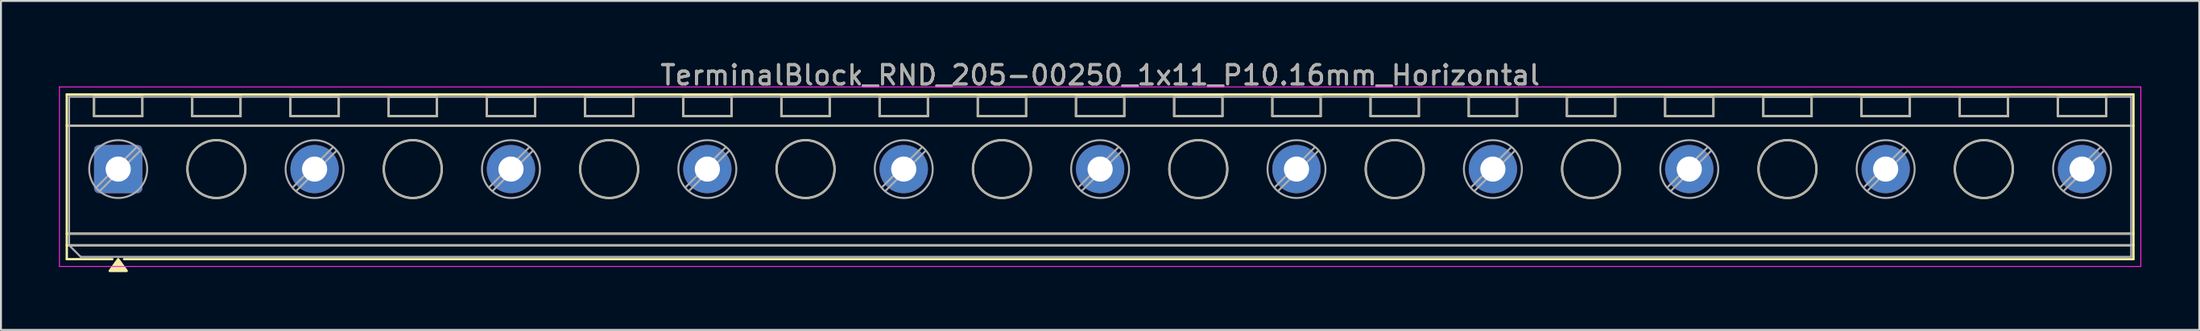
<source format=kicad_pcb>
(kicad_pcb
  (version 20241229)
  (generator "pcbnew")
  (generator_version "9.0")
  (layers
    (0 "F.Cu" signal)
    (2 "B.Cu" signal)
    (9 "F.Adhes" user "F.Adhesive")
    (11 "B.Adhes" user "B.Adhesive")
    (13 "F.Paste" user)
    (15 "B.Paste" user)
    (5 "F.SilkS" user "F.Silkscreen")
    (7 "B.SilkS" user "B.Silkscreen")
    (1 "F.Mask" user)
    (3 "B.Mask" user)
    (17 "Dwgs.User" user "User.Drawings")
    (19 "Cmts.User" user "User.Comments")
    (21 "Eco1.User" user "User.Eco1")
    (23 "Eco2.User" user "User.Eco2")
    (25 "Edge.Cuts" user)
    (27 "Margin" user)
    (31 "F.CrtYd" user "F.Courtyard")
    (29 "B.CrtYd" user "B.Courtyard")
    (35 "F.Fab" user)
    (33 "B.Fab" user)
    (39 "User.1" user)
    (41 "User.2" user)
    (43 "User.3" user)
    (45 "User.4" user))
  (footprint "TerminalBlock_RND_205-00250_1x11_P10.16mm_Horizontal"
    (layer "F.Cu")
    (at 3.065 5.718)
    (property "Reference" "TerminalBlock_RND_205-00250_1x11_P10.16mm_Horizontal" (at 50.8 -4.87 0) (layer "F.SilkS") (effects (font (size 1 1) (thickness 0.15))))
    (attr through_hole)
    (fp_line (start -2.66 -3.87) (end -2.66 4.67) (stroke (width 0.12) (type solid)) (layer "F.SilkS"))
    (fp_line (start -2.66 -3.87) (end 104.26 -3.87) (stroke (width 0.12) (type solid)) (layer "F.SilkS"))
    (fp_line (start -2.66 -2.25) (end 104.26 -2.25) (stroke (width 0.12) (type solid)) (layer "F.SilkS"))
    (fp_line (start -2.66 3.35) (end 104.26 3.35) (stroke (width 0.12) (type solid)) (layer "F.SilkS"))
    (fp_line (start -2.66 3.95) (end 104.26 3.95) (stroke (width 0.12) (type solid)) (layer "F.SilkS"))
    (fp_line (start -2.66 4.67) (end -0.3 4.67) (stroke (width 0.12) (type solid)) (layer "F.SilkS"))
    (fp_line (start -1.25 -3.75) (end -1.25 -2.75) (stroke (width 0.12) (type solid)) (layer "F.SilkS"))
    (fp_line (start -1.25 -3.75) (end 1.25 -3.75) (stroke (width 0.12) (type solid)) (layer "F.SilkS"))
    (fp_line (start -1.25 -2.75) (end 1.25 -2.75) (stroke (width 0.12) (type solid)) (layer "F.SilkS"))
    (fp_line (start 0.3 4.67) (end 104.26 4.67) (stroke (width 0.12) (type solid)) (layer "F.SilkS"))
    (fp_line (start 1.25 -3.75) (end 1.25 -2.75) (stroke (width 0.12) (type solid)) (layer "F.SilkS"))
    (fp_line (start 3.83 -3.75) (end 3.83 -2.75) (stroke (width 0.12) (type solid)) (layer "F.SilkS"))
    (fp_line (start 3.83 -3.75) (end 6.33 -3.75) (stroke (width 0.12) (type solid)) (layer "F.SilkS"))
    (fp_line (start 3.83 -2.75) (end 6.33 -2.75) (stroke (width 0.12) (type solid)) (layer "F.SilkS"))
    (fp_line (start 6.33 -3.75) (end 6.33 -2.75) (stroke (width 0.12) (type solid)) (layer "F.SilkS"))
    (fp_line (start 8.91 -3.75) (end 8.91 -2.75) (stroke (width 0.12) (type solid)) (layer "F.SilkS"))
    (fp_line (start 8.91 -3.75) (end 11.41 -3.75) (stroke (width 0.12) (type solid)) (layer "F.SilkS"))
    (fp_line (start 8.91 -2.75) (end 11.41 -2.75) (stroke (width 0.12) (type solid)) (layer "F.SilkS"))
    (fp_line (start 11.41 -3.75) (end 11.41 -2.75) (stroke (width 0.12) (type solid)) (layer "F.SilkS"))
    (fp_line (start 13.99 -3.75) (end 13.99 -2.75) (stroke (width 0.12) (type solid)) (layer "F.SilkS"))
    (fp_line (start 13.99 -3.75) (end 16.49 -3.75) (stroke (width 0.12) (type solid)) (layer "F.SilkS"))
    (fp_line (start 13.99 -2.75) (end 16.49 -2.75) (stroke (width 0.12) (type solid)) (layer "F.SilkS"))
    (fp_line (start 16.49 -3.75) (end 16.49 -2.75) (stroke (width 0.12) (type solid)) (layer "F.SilkS"))
    (fp_line (start 19.07 -3.75) (end 19.07 -2.75) (stroke (width 0.12) (type solid)) (layer "F.SilkS"))
    (fp_line (start 19.07 -3.75) (end 21.57 -3.75) (stroke (width 0.12) (type solid)) (layer "F.SilkS"))
    (fp_line (start 19.07 -2.75) (end 21.57 -2.75) (stroke (width 0.12) (type solid)) (layer "F.SilkS"))
    (fp_line (start 21.57 -3.75) (end 21.57 -2.75) (stroke (width 0.12) (type solid)) (layer "F.SilkS"))
    (fp_line (start 24.15 -3.75) (end 24.15 -2.75) (stroke (width 0.12) (type solid)) (layer "F.SilkS"))
    (fp_line (start 24.15 -3.75) (end 26.65 -3.75) (stroke (width 0.12) (type solid)) (layer "F.SilkS"))
    (fp_line (start 24.15 -2.75) (end 26.65 -2.75) (stroke (width 0.12) (type solid)) (layer "F.SilkS"))
    (fp_line (start 26.65 -3.75) (end 26.65 -2.75) (stroke (width 0.12) (type solid)) (layer "F.SilkS"))
    (fp_line (start 29.23 -3.75) (end 29.23 -2.75) (stroke (width 0.12) (type solid)) (layer "F.SilkS"))
    (fp_line (start 29.23 -3.75) (end 31.73 -3.75) (stroke (width 0.12) (type solid)) (layer "F.SilkS"))
    (fp_line (start 29.23 -2.75) (end 31.73 -2.75) (stroke (width 0.12) (type solid)) (layer "F.SilkS"))
    (fp_line (start 31.73 -3.75) (end 31.73 -2.75) (stroke (width 0.12) (type solid)) (layer "F.SilkS"))
    (fp_line (start 34.31 -3.75) (end 34.31 -2.75) (stroke (width 0.12) (type solid)) (layer "F.SilkS"))
    (fp_line (start 34.31 -3.75) (end 36.81 -3.75) (stroke (width 0.12) (type solid)) (layer "F.SilkS"))
    (fp_line (start 34.31 -2.75) (end 36.81 -2.75) (stroke (width 0.12) (type solid)) (layer "F.SilkS"))
    (fp_line (start 36.81 -3.75) (end 36.81 -2.75) (stroke (width 0.12) (type solid)) (layer "F.SilkS"))
    (fp_line (start 39.39 -3.75) (end 39.39 -2.75) (stroke (width 0.12) (type solid)) (layer "F.SilkS"))
    (fp_line (start 39.39 -3.75) (end 41.89 -3.75) (stroke (width 0.12) (type solid)) (layer "F.SilkS"))
    (fp_line (start 39.39 -2.75) (end 41.89 -2.75) (stroke (width 0.12) (type solid)) (layer "F.SilkS"))
    (fp_line (start 41.89 -3.75) (end 41.89 -2.75) (stroke (width 0.12) (type solid)) (layer "F.SilkS"))
    (fp_line (start 44.47 -3.75) (end 44.47 -2.75) (stroke (width 0.12) (type solid)) (layer "F.SilkS"))
    (fp_line (start 44.47 -3.75) (end 46.97 -3.75) (stroke (width 0.12) (type solid)) (layer "F.SilkS"))
    (fp_line (start 44.47 -2.75) (end 46.97 -2.75) (stroke (width 0.12) (type solid)) (layer "F.SilkS"))
    (fp_line (start 46.97 -3.75) (end 46.97 -2.75) (stroke (width 0.12) (type solid)) (layer "F.SilkS"))
    (fp_line (start 49.55 -3.75) (end 49.55 -2.75) (stroke (width 0.12) (type solid)) (layer "F.SilkS"))
    (fp_line (start 49.55 -3.75) (end 52.05 -3.75) (stroke (width 0.12) (type solid)) (layer "F.SilkS"))
    (fp_line (start 49.55 -2.75) (end 52.05 -2.75) (stroke (width 0.12) (type solid)) (layer "F.SilkS"))
    (fp_line (start 52.05 -3.75) (end 52.05 -2.75) (stroke (width 0.12) (type solid)) (layer "F.SilkS"))
    (fp_line (start 54.63 -3.75) (end 54.63 -2.75) (stroke (width 0.12) (type solid)) (layer "F.SilkS"))
    (fp_line (start 54.63 -3.75) (end 57.13 -3.75) (stroke (width 0.12) (type solid)) (layer "F.SilkS"))
    (fp_line (start 54.63 -2.75) (end 57.13 -2.75) (stroke (width 0.12) (type solid)) (layer "F.SilkS"))
    (fp_line (start 57.13 -3.75) (end 57.13 -2.75) (stroke (width 0.12) (type solid)) (layer "F.SilkS"))
    (fp_line (start 59.71 -3.75) (end 59.71 -2.75) (stroke (width 0.12) (type solid)) (layer "F.SilkS"))
    (fp_line (start 59.71 -3.75) (end 62.21 -3.75) (stroke (width 0.12) (type solid)) (layer "F.SilkS"))
    (fp_line (start 59.71 -2.75) (end 62.21 -2.75) (stroke (width 0.12) (type solid)) (layer "F.SilkS"))
    (fp_line (start 62.21 -3.75) (end 62.21 -2.75) (stroke (width 0.12) (type solid)) (layer "F.SilkS"))
    (fp_line (start 64.79 -3.75) (end 64.79 -2.75) (stroke (width 0.12) (type solid)) (layer "F.SilkS"))
    (fp_line (start 64.79 -3.75) (end 67.29 -3.75) (stroke (width 0.12) (type solid)) (layer "F.SilkS"))
    (fp_line (start 64.79 -2.75) (end 67.29 -2.75) (stroke (width 0.12) (type solid)) (layer "F.SilkS"))
    (fp_line (start 67.29 -3.75) (end 67.29 -2.75) (stroke (width 0.12) (type solid)) (layer "F.SilkS"))
    (fp_line (start 69.87 -3.75) (end 69.87 -2.75) (stroke (width 0.12) (type solid)) (layer "F.SilkS"))
    (fp_line (start 69.87 -3.75) (end 72.37 -3.75) (stroke (width 0.12) (type solid)) (layer "F.SilkS"))
    (fp_line (start 69.87 -2.75) (end 72.37 -2.75) (stroke (width 0.12) (type solid)) (layer "F.SilkS"))
    (fp_line (start 72.37 -3.75) (end 72.37 -2.75) (stroke (width 0.12) (type solid)) (layer "F.SilkS"))
    (fp_line (start 74.95 -3.75) (end 74.95 -2.75) (stroke (width 0.12) (type solid)) (layer "F.SilkS"))
    (fp_line (start 74.95 -3.75) (end 77.45 -3.75) (stroke (width 0.12) (type solid)) (layer "F.SilkS"))
    (fp_line (start 74.95 -2.75) (end 77.45 -2.75) (stroke (width 0.12) (type solid)) (layer "F.SilkS"))
    (fp_line (start 77.45 -3.75) (end 77.45 -2.75) (stroke (width 0.12) (type solid)) (layer "F.SilkS"))
    (fp_line (start 80.03 -3.75) (end 80.03 -2.75) (stroke (width 0.12) (type solid)) (layer "F.SilkS"))
    (fp_line (start 80.03 -3.75) (end 82.53 -3.75) (stroke (width 0.12) (type solid)) (layer "F.SilkS"))
    (fp_line (start 80.03 -2.75) (end 82.53 -2.75) (stroke (width 0.12) (type solid)) (layer "F.SilkS"))
    (fp_line (start 82.53 -3.75) (end 82.53 -2.75) (stroke (width 0.12) (type solid)) (layer "F.SilkS"))
    (fp_line (start 85.11 -3.75) (end 85.11 -2.75) (stroke (width 0.12) (type solid)) (layer "F.SilkS"))
    (fp_line (start 85.11 -3.75) (end 87.61 -3.75) (stroke (width 0.12) (type solid)) (layer "F.SilkS"))
    (fp_line (start 85.11 -2.75) (end 87.61 -2.75) (stroke (width 0.12) (type solid)) (layer "F.SilkS"))
    (fp_line (start 87.61 -3.75) (end 87.61 -2.75) (stroke (width 0.12) (type solid)) (layer "F.SilkS"))
    (fp_line (start 90.19 -3.75) (end 90.19 -2.75) (stroke (width 0.12) (type solid)) (layer "F.SilkS"))
    (fp_line (start 90.19 -3.75) (end 92.69 -3.75) (stroke (width 0.12) (type solid)) (layer "F.SilkS"))
    (fp_line (start 90.19 -2.75) (end 92.69 -2.75) (stroke (width 0.12) (type solid)) (layer "F.SilkS"))
    (fp_line (start 92.69 -3.75) (end 92.69 -2.75) (stroke (width 0.12) (type solid)) (layer "F.SilkS"))
    (fp_line (start 95.27 -3.75) (end 95.27 -2.75) (stroke (width 0.12) (type solid)) (layer "F.SilkS"))
    (fp_line (start 95.27 -3.75) (end 97.77 -3.75) (stroke (width 0.12) (type solid)) (layer "F.SilkS"))
    (fp_line (start 95.27 -2.75) (end 97.77 -2.75) (stroke (width 0.12) (type solid)) (layer "F.SilkS"))
    (fp_line (start 97.77 -3.75) (end 97.77 -2.75) (stroke (width 0.12) (type solid)) (layer "F.SilkS"))
    (fp_line (start 100.35 -3.75) (end 100.35 -2.75) (stroke (width 0.12) (type solid)) (layer "F.SilkS"))
    (fp_line (start 100.35 -3.75) (end 102.85 -3.75) (stroke (width 0.12) (type solid)) (layer "F.SilkS"))
    (fp_line (start 100.35 -2.75) (end 102.85 -2.75) (stroke (width 0.12) (type solid)) (layer "F.SilkS"))
    (fp_line (start 102.85 -3.75) (end 102.85 -2.75) (stroke (width 0.12) (type solid)) (layer "F.SilkS"))
    (fp_line (start 104.26 -3.87) (end 104.26 4.67) (stroke (width 0.12) (type solid)) (layer "F.SilkS"))
    (fp_circle (center 5.08 0) (end 6.58 0) (stroke (width 0.12) (type solid)) (fill no) (layer "F.SilkS"))
    (fp_circle (center 15.24 0) (end 16.74 0) (stroke (width 0.12) (type solid)) (fill no) (layer "F.SilkS"))
    (fp_circle (center 25.4 0) (end 26.9 0) (stroke (width 0.12) (type solid)) (fill no) (layer "F.SilkS"))
    (fp_circle (center 35.56 0) (end 37.06 0) (stroke (width 0.12) (type solid)) (fill no) (layer "F.SilkS"))
    (fp_circle (center 45.72 0) (end 47.22 0) (stroke (width 0.12) (type solid)) (fill no) (layer "F.SilkS"))
    (fp_circle (center 55.88 0) (end 57.38 0) (stroke (width 0.12) (type solid)) (fill no) (layer "F.SilkS"))
    (fp_circle (center 66.04 0) (end 67.54 0) (stroke (width 0.12) (type solid)) (fill no) (layer "F.SilkS"))
    (fp_circle (center 76.2 0) (end 77.7 0) (stroke (width 0.12) (type solid)) (fill no) (layer "F.SilkS"))
    (fp_circle (center 86.36 0) (end 87.86 0) (stroke (width 0.12) (type solid)) (fill no) (layer "F.SilkS"))
    (fp_circle (center 96.52 0) (end 98.02 0) (stroke (width 0.12) (type solid)) (fill no) (layer "F.SilkS"))
    (fp_poly (pts (xy 0 4.67) (xy 0.44 5.28) (xy -0.44 5.28)) (stroke (width 0.12) (type solid)) (fill yes) (layer "F.SilkS"))
    (fp_line (start -3.04 -4.26) (end -3.04 5.05) (stroke (width 0.05) (type solid)) (layer "F.CrtYd"))
    (fp_line (start -3.04 5.05) (end 104.64 5.05) (stroke (width 0.05) (type solid)) (layer "F.CrtYd"))
    (fp_line (start 104.64 -4.26) (end -3.04 -4.26) (stroke (width 0.05) (type solid)) (layer "F.CrtYd"))
    (fp_line (start 104.64 5.05) (end 104.64 -4.26) (stroke (width 0.05) (type solid)) (layer "F.CrtYd"))
    (fp_line (start -2.54 -3.75) (end 104.14 -3.75) (stroke (width 0.1) (type solid)) (layer "F.Fab"))
    (fp_line (start -2.54 -2.25) (end 104.14 -2.25) (stroke (width 0.1) (type solid)) (layer "F.Fab"))
    (fp_line (start -2.54 3.35) (end 104.14 3.35) (stroke (width 0.1) (type solid)) (layer "F.Fab"))
    (fp_line (start -2.54 3.95) (end -2.54 -3.75) (stroke (width 0.1) (type solid)) (layer "F.Fab"))
    (fp_line (start -2.54 3.95) (end 104.14 3.95) (stroke (width 0.1) (type solid)) (layer "F.Fab"))
    (fp_line (start -1.94 4.55) (end -2.54 3.95) (stroke (width 0.1) (type solid)) (layer "F.Fab"))
    (fp_line (start -1.25 -3.75) (end -1.25 -2.75) (stroke (width 0.1) (type solid)) (layer "F.Fab"))
    (fp_line (start -1.25 -2.75) (end 1.25 -2.75) (stroke (width 0.1) (type solid)) (layer "F.Fab"))
    (fp_line (start 0.955 -1.138) (end -1.138 0.955) (stroke (width 0.1) (type solid)) (layer "F.Fab"))
    (fp_line (start 1.138 -0.955) (end -0.955 1.138) (stroke (width 0.1) (type solid)) (layer "F.Fab"))
    (fp_line (start 1.25 -3.75) (end -1.25 -3.75) (stroke (width 0.1) (type solid)) (layer "F.Fab"))
    (fp_line (start 1.25 -2.75) (end 1.25 -3.75) (stroke (width 0.1) (type solid)) (layer "F.Fab"))
    (fp_line (start 3.83 -3.75) (end 3.83 -2.75) (stroke (width 0.1) (type solid)) (layer "F.Fab"))
    (fp_line (start 3.83 -2.75) (end 6.33 -2.75) (stroke (width 0.1) (type solid)) (layer "F.Fab"))
    (fp_line (start 6.33 -3.75) (end 3.83 -3.75) (stroke (width 0.1) (type solid)) (layer "F.Fab"))
    (fp_line (start 6.33 -2.75) (end 6.33 -3.75) (stroke (width 0.1) (type solid)) (layer "F.Fab"))
    (fp_line (start 8.91 -3.75) (end 8.91 -2.75) (stroke (width 0.1) (type solid)) (layer "F.Fab"))
    (fp_line (start 8.91 -2.75) (end 11.41 -2.75) (stroke (width 0.1) (type solid)) (layer "F.Fab"))
    (fp_line (start 11.115 -1.138) (end 9.022 0.955) (stroke (width 0.1) (type solid)) (layer "F.Fab"))
    (fp_line (start 11.298 -0.955) (end 9.205 1.138) (stroke (width 0.1) (type solid)) (layer "F.Fab"))
    (fp_line (start 11.41 -3.75) (end 8.91 -3.75) (stroke (width 0.1) (type solid)) (layer "F.Fab"))
    (fp_line (start 11.41 -2.75) (end 11.41 -3.75) (stroke (width 0.1) (type solid)) (layer "F.Fab"))
    (fp_line (start 13.99 -3.75) (end 13.99 -2.75) (stroke (width 0.1) (type solid)) (layer "F.Fab"))
    (fp_line (start 13.99 -2.75) (end 16.49 -2.75) (stroke (width 0.1) (type solid)) (layer "F.Fab"))
    (fp_line (start 16.49 -3.75) (end 13.99 -3.75) (stroke (width 0.1) (type solid)) (layer "F.Fab"))
    (fp_line (start 16.49 -2.75) (end 16.49 -3.75) (stroke (width 0.1) (type solid)) (layer "F.Fab"))
    (fp_line (start 19.07 -3.75) (end 19.07 -2.75) (stroke (width 0.1) (type solid)) (layer "F.Fab"))
    (fp_line (start 19.07 -2.75) (end 21.57 -2.75) (stroke (width 0.1) (type solid)) (layer "F.Fab"))
    (fp_line (start 21.275 -1.138) (end 19.182 0.955) (stroke (width 0.1) (type solid)) (layer "F.Fab"))
    (fp_line (start 21.458 -0.955) (end 19.365 1.138) (stroke (width 0.1) (type solid)) (layer "F.Fab"))
    (fp_line (start 21.57 -3.75) (end 19.07 -3.75) (stroke (width 0.1) (type solid)) (layer "F.Fab"))
    (fp_line (start 21.57 -2.75) (end 21.57 -3.75) (stroke (width 0.1) (type solid)) (layer "F.Fab"))
    (fp_line (start 24.15 -3.75) (end 24.15 -2.75) (stroke (width 0.1) (type solid)) (layer "F.Fab"))
    (fp_line (start 24.15 -2.75) (end 26.65 -2.75) (stroke (width 0.1) (type solid)) (layer "F.Fab"))
    (fp_line (start 26.65 -3.75) (end 24.15 -3.75) (stroke (width 0.1) (type solid)) (layer "F.Fab"))
    (fp_line (start 26.65 -2.75) (end 26.65 -3.75) (stroke (width 0.1) (type solid)) (layer "F.Fab"))
    (fp_line (start 29.23 -3.75) (end 29.23 -2.75) (stroke (width 0.1) (type solid)) (layer "F.Fab"))
    (fp_line (start 29.23 -2.75) (end 31.73 -2.75) (stroke (width 0.1) (type solid)) (layer "F.Fab"))
    (fp_line (start 31.435 -1.138) (end 29.342 0.955) (stroke (width 0.1) (type solid)) (layer "F.Fab"))
    (fp_line (start 31.618 -0.955) (end 29.525 1.138) (stroke (width 0.1) (type solid)) (layer "F.Fab"))
    (fp_line (start 31.73 -3.75) (end 29.23 -3.75) (stroke (width 0.1) (type solid)) (layer "F.Fab"))
    (fp_line (start 31.73 -2.75) (end 31.73 -3.75) (stroke (width 0.1) (type solid)) (layer "F.Fab"))
    (fp_line (start 34.31 -3.75) (end 34.31 -2.75) (stroke (width 0.1) (type solid)) (layer "F.Fab"))
    (fp_line (start 34.31 -2.75) (end 36.81 -2.75) (stroke (width 0.1) (type solid)) (layer "F.Fab"))
    (fp_line (start 36.81 -3.75) (end 34.31 -3.75) (stroke (width 0.1) (type solid)) (layer "F.Fab"))
    (fp_line (start 36.81 -2.75) (end 36.81 -3.75) (stroke (width 0.1) (type solid)) (layer "F.Fab"))
    (fp_line (start 39.39 -3.75) (end 39.39 -2.75) (stroke (width 0.1) (type solid)) (layer "F.Fab"))
    (fp_line (start 39.39 -2.75) (end 41.89 -2.75) (stroke (width 0.1) (type solid)) (layer "F.Fab"))
    (fp_line (start 41.595 -1.138) (end 39.502 0.955) (stroke (width 0.1) (type solid)) (layer "F.Fab"))
    (fp_line (start 41.778 -0.955) (end 39.685 1.138) (stroke (width 0.1) (type solid)) (layer "F.Fab"))
    (fp_line (start 41.89 -3.75) (end 39.39 -3.75) (stroke (width 0.1) (type solid)) (layer "F.Fab"))
    (fp_line (start 41.89 -2.75) (end 41.89 -3.75) (stroke (width 0.1) (type solid)) (layer "F.Fab"))
    (fp_line (start 44.47 -3.75) (end 44.47 -2.75) (stroke (width 0.1) (type solid)) (layer "F.Fab"))
    (fp_line (start 44.47 -2.75) (end 46.97 -2.75) (stroke (width 0.1) (type solid)) (layer "F.Fab"))
    (fp_line (start 46.97 -3.75) (end 44.47 -3.75) (stroke (width 0.1) (type solid)) (layer "F.Fab"))
    (fp_line (start 46.97 -2.75) (end 46.97 -3.75) (stroke (width 0.1) (type solid)) (layer "F.Fab"))
    (fp_line (start 49.55 -3.75) (end 49.55 -2.75) (stroke (width 0.1) (type solid)) (layer "F.Fab"))
    (fp_line (start 49.55 -2.75) (end 52.05 -2.75) (stroke (width 0.1) (type solid)) (layer "F.Fab"))
    (fp_line (start 51.755 -1.138) (end 49.662 0.955) (stroke (width 0.1) (type solid)) (layer "F.Fab"))
    (fp_line (start 51.938 -0.955) (end 49.845 1.138) (stroke (width 0.1) (type solid)) (layer "F.Fab"))
    (fp_line (start 52.05 -3.75) (end 49.55 -3.75) (stroke (width 0.1) (type solid)) (layer "F.Fab"))
    (fp_line (start 52.05 -2.75) (end 52.05 -3.75) (stroke (width 0.1) (type solid)) (layer "F.Fab"))
    (fp_line (start 54.63 -3.75) (end 54.63 -2.75) (stroke (width 0.1) (type solid)) (layer "F.Fab"))
    (fp_line (start 54.63 -2.75) (end 57.13 -2.75) (stroke (width 0.1) (type solid)) (layer "F.Fab"))
    (fp_line (start 57.13 -3.75) (end 54.63 -3.75) (stroke (width 0.1) (type solid)) (layer "F.Fab"))
    (fp_line (start 57.13 -2.75) (end 57.13 -3.75) (stroke (width 0.1) (type solid)) (layer "F.Fab"))
    (fp_line (start 59.71 -3.75) (end 59.71 -2.75) (stroke (width 0.1) (type solid)) (layer "F.Fab"))
    (fp_line (start 59.71 -2.75) (end 62.21 -2.75) (stroke (width 0.1) (type solid)) (layer "F.Fab"))
    (fp_line (start 61.915 -1.138) (end 59.822 0.955) (stroke (width 0.1) (type solid)) (layer "F.Fab"))
    (fp_line (start 62.098 -0.955) (end 60.005 1.138) (stroke (width 0.1) (type solid)) (layer "F.Fab"))
    (fp_line (start 62.21 -3.75) (end 59.71 -3.75) (stroke (width 0.1) (type solid)) (layer "F.Fab"))
    (fp_line (start 62.21 -2.75) (end 62.21 -3.75) (stroke (width 0.1) (type solid)) (layer "F.Fab"))
    (fp_line (start 64.79 -3.75) (end 64.79 -2.75) (stroke (width 0.1) (type solid)) (layer "F.Fab"))
    (fp_line (start 64.79 -2.75) (end 67.29 -2.75) (stroke (width 0.1) (type solid)) (layer "F.Fab"))
    (fp_line (start 67.29 -3.75) (end 64.79 -3.75) (stroke (width 0.1) (type solid)) (layer "F.Fab"))
    (fp_line (start 67.29 -2.75) (end 67.29 -3.75) (stroke (width 0.1) (type solid)) (layer "F.Fab"))
    (fp_line (start 69.87 -3.75) (end 69.87 -2.75) (stroke (width 0.1) (type solid)) (layer "F.Fab"))
    (fp_line (start 69.87 -2.75) (end 72.37 -2.75) (stroke (width 0.1) (type solid)) (layer "F.Fab"))
    (fp_line (start 72.075 -1.138) (end 69.982 0.955) (stroke (width 0.1) (type solid)) (layer "F.Fab"))
    (fp_line (start 72.258 -0.955) (end 70.165 1.138) (stroke (width 0.1) (type solid)) (layer "F.Fab"))
    (fp_line (start 72.37 -3.75) (end 69.87 -3.75) (stroke (width 0.1) (type solid)) (layer "F.Fab"))
    (fp_line (start 72.37 -2.75) (end 72.37 -3.75) (stroke (width 0.1) (type solid)) (layer "F.Fab"))
    (fp_line (start 74.95 -3.75) (end 74.95 -2.75) (stroke (width 0.1) (type solid)) (layer "F.Fab"))
    (fp_line (start 74.95 -2.75) (end 77.45 -2.75) (stroke (width 0.1) (type solid)) (layer "F.Fab"))
    (fp_line (start 77.45 -3.75) (end 74.95 -3.75) (stroke (width 0.1) (type solid)) (layer "F.Fab"))
    (fp_line (start 77.45 -2.75) (end 77.45 -3.75) (stroke (width 0.1) (type solid)) (layer "F.Fab"))
    (fp_line (start 80.03 -3.75) (end 80.03 -2.75) (stroke (width 0.1) (type solid)) (layer "F.Fab"))
    (fp_line (start 80.03 -2.75) (end 82.53 -2.75) (stroke (width 0.1) (type solid)) (layer "F.Fab"))
    (fp_line (start 82.235 -1.138) (end 80.142 0.955) (stroke (width 0.1) (type solid)) (layer "F.Fab"))
    (fp_line (start 82.418 -0.955) (end 80.325 1.138) (stroke (width 0.1) (type solid)) (layer "F.Fab"))
    (fp_line (start 82.53 -3.75) (end 80.03 -3.75) (stroke (width 0.1) (type solid)) (layer "F.Fab"))
    (fp_line (start 82.53 -2.75) (end 82.53 -3.75) (stroke (width 0.1) (type solid)) (layer "F.Fab"))
    (fp_line (start 85.11 -3.75) (end 85.11 -2.75) (stroke (width 0.1) (type solid)) (layer "F.Fab"))
    (fp_line (start 85.11 -2.75) (end 87.61 -2.75) (stroke (width 0.1) (type solid)) (layer "F.Fab"))
    (fp_line (start 87.61 -3.75) (end 85.11 -3.75) (stroke (width 0.1) (type solid)) (layer "F.Fab"))
    (fp_line (start 87.61 -2.75) (end 87.61 -3.75) (stroke (width 0.1) (type solid)) (layer "F.Fab"))
    (fp_line (start 90.19 -3.75) (end 90.19 -2.75) (stroke (width 0.1) (type solid)) (layer "F.Fab"))
    (fp_line (start 90.19 -2.75) (end 92.69 -2.75) (stroke (width 0.1) (type solid)) (layer "F.Fab"))
    (fp_line (start 92.395 -1.138) (end 90.302 0.955) (stroke (width 0.1) (type solid)) (layer "F.Fab"))
    (fp_line (start 92.578 -0.955) (end 90.485 1.138) (stroke (width 0.1) (type solid)) (layer "F.Fab"))
    (fp_line (start 92.69 -3.75) (end 90.19 -3.75) (stroke (width 0.1) (type solid)) (layer "F.Fab"))
    (fp_line (start 92.69 -2.75) (end 92.69 -3.75) (stroke (width 0.1) (type solid)) (layer "F.Fab"))
    (fp_line (start 95.27 -3.75) (end 95.27 -2.75) (stroke (width 0.1) (type solid)) (layer "F.Fab"))
    (fp_line (start 95.27 -2.75) (end 97.77 -2.75) (stroke (width 0.1) (type solid)) (layer "F.Fab"))
    (fp_line (start 97.77 -3.75) (end 95.27 -3.75) (stroke (width 0.1) (type solid)) (layer "F.Fab"))
    (fp_line (start 97.77 -2.75) (end 97.77 -3.75) (stroke (width 0.1) (type solid)) (layer "F.Fab"))
    (fp_line (start 100.35 -3.75) (end 100.35 -2.75) (stroke (width 0.1) (type solid)) (layer "F.Fab"))
    (fp_line (start 100.35 -2.75) (end 102.85 -2.75) (stroke (width 0.1) (type solid)) (layer "F.Fab"))
    (fp_line (start 102.555 -1.138) (end 100.462 0.955) (stroke (width 0.1) (type solid)) (layer "F.Fab"))
    (fp_line (start 102.738 -0.955) (end 100.645 1.138) (stroke (width 0.1) (type solid)) (layer "F.Fab"))
    (fp_line (start 102.85 -3.75) (end 100.35 -3.75) (stroke (width 0.1) (type solid)) (layer "F.Fab"))
    (fp_line (start 102.85 -2.75) (end 102.85 -3.75) (stroke (width 0.1) (type solid)) (layer "F.Fab"))
    (fp_line (start 104.14 -3.75) (end 104.14 4.55) (stroke (width 0.1) (type solid)) (layer "F.Fab"))
    (fp_line (start 104.14 4.55) (end -1.94 4.55) (stroke (width 0.1) (type solid)) (layer "F.Fab"))
    (fp_circle (center 0 0) (end 1.5 0) (stroke (width 0.1) (type solid)) (fill no) (layer "F.Fab"))
    (fp_circle (center 5.08 0) (end 6.58 0) (stroke (width 0.1) (type solid)) (fill no) (layer "F.Fab"))
    (fp_circle (center 10.16 0) (end 11.66 0) (stroke (width 0.1) (type solid)) (fill no) (layer "F.Fab"))
    (fp_circle (center 15.24 0) (end 16.74 0) (stroke (width 0.1) (type solid)) (fill no) (layer "F.Fab"))
    (fp_circle (center 20.32 0) (end 21.82 0) (stroke (width 0.1) (type solid)) (fill no) (layer "F.Fab"))
    (fp_circle (center 25.4 0) (end 26.9 0) (stroke (width 0.1) (type solid)) (fill no) (layer "F.Fab"))
    (fp_circle (center 30.48 0) (end 31.98 0) (stroke (width 0.1) (type solid)) (fill no) (layer "F.Fab"))
    (fp_circle (center 35.56 0) (end 37.06 0) (stroke (width 0.1) (type solid)) (fill no) (layer "F.Fab"))
    (fp_circle (center 40.64 0) (end 42.14 0) (stroke (width 0.1) (type solid)) (fill no) (layer "F.Fab"))
    (fp_circle (center 45.72 0) (end 47.22 0) (stroke (width 0.1) (type solid)) (fill no) (layer "F.Fab"))
    (fp_circle (center 50.8 0) (end 52.3 0) (stroke (width 0.1) (type solid)) (fill no) (layer "F.Fab"))
    (fp_circle (center 55.88 0) (end 57.38 0) (stroke (width 0.1) (type solid)) (fill no) (layer "F.Fab"))
    (fp_circle (center 60.96 0) (end 62.46 0) (stroke (width 0.1) (type solid)) (fill no) (layer "F.Fab"))
    (fp_circle (center 66.04 0) (end 67.54 0) (stroke (width 0.1) (type solid)) (fill no) (layer "F.Fab"))
    (fp_circle (center 71.12 0) (end 72.62 0) (stroke (width 0.1) (type solid)) (fill no) (layer "F.Fab"))
    (fp_circle (center 76.2 0) (end 77.7 0) (stroke (width 0.1) (type solid)) (fill no) (layer "F.Fab"))
    (fp_circle (center 81.28 0) (end 82.78 0) (stroke (width 0.1) (type solid)) (fill no) (layer "F.Fab"))
    (fp_circle (center 86.36 0) (end 87.86 0) (stroke (width 0.1) (type solid)) (fill no) (layer "F.Fab"))
    (fp_circle (center 91.44 0) (end 92.94 0) (stroke (width 0.1) (type solid)) (fill no) (layer "F.Fab"))
    (fp_circle (center 96.52 0) (end 98.02 0) (stroke (width 0.1) (type solid)) (fill no) (layer "F.Fab"))
    (fp_circle (center 101.6 0) (end 103.1 0) (stroke (width 0.1) (type solid)) (fill no) (layer "F.Fab"))
    (fp_text user "${REFERENCE}" (at 50.8 -4.87 0) (layer "F.Fab") (effects (font (size 1 1) (thickness 0.15))))
    (pad "1" thru_hole roundrect (at 0 0) (size 2.5 2.5) (drill 1.3) (layers "*.Cu" "*.Mask") (roundrect_rratio 0.1))
    (pad "2" thru_hole circle (at 10.16 0) (size 2.5 2.5) (drill 1.3) (layers "*.Cu" "*.Mask"))
    (pad "3" thru_hole circle (at 20.32 0) (size 2.5 2.5) (drill 1.3) (layers "*.Cu" "*.Mask"))
    (pad "4" thru_hole circle (at 30.48 0) (size 2.5 2.5) (drill 1.3) (layers "*.Cu" "*.Mask"))
    (pad "5" thru_hole circle (at 40.64 0) (size 2.5 2.5) (drill 1.3) (layers "*.Cu" "*.Mask"))
    (pad "6" thru_hole circle (at 50.8 0) (size 2.5 2.5) (drill 1.3) (layers "*.Cu" "*.Mask"))
    (pad "7" thru_hole circle (at 60.96 0) (size 2.5 2.5) (drill 1.3) (layers "*.Cu" "*.Mask"))
    (pad "8" thru_hole circle (at 71.12 0) (size 2.5 2.5) (drill 1.3) (layers "*.Cu" "*.Mask"))
    (pad "9" thru_hole circle (at 81.28 0) (size 2.5 2.5) (drill 1.3) (layers "*.Cu" "*.Mask"))
    (pad "10" thru_hole circle (at 91.44 0) (size 2.5 2.5) (drill 1.3) (layers "*.Cu" "*.Mask"))
    (pad "11" thru_hole circle (at 101.6 0) (size 2.5 2.5) (drill 1.3) (layers "*.Cu" "*.Mask")))
  (gr_rect
    (start -3 -3)
    (end 110.73 14.058)
    (stroke (width 0.1) (type default))
    (fill no)
    (layer "Edge.Cuts")))
</source>
